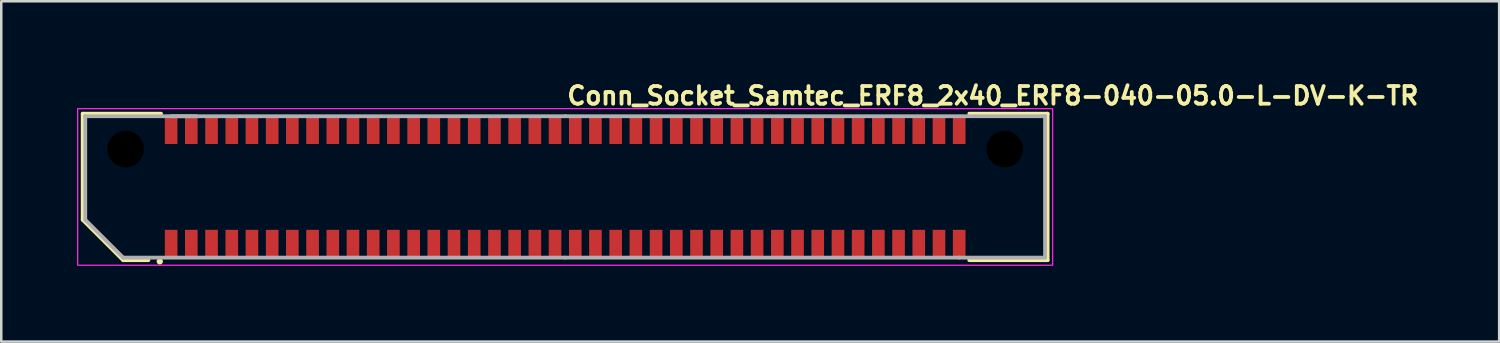
<source format=kicad_pcb>
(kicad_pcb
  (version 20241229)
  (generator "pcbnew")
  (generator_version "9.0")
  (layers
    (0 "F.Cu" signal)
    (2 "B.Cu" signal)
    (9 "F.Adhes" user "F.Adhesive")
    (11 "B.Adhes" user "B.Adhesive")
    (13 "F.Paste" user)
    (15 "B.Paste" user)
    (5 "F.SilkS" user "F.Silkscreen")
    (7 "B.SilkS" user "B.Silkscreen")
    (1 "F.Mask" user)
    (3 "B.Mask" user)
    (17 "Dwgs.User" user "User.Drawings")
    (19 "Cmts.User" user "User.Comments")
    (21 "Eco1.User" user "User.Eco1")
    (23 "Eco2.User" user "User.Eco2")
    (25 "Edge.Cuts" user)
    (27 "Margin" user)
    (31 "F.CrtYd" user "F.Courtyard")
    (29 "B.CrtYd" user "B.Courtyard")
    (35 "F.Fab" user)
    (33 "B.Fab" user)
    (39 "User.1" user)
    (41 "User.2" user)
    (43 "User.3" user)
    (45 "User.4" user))
  (footprint "Conn_Socket_Samtec_ERF8_2x40_ERF8-040-05.0-L-DV-K-TR"
    (layer "F.Cu")
    (at 19.325 4.35)
    (property "Reference" "Conn_Socket_Samtec_ERF8_2x40_ERF8-040-05.0-L-DV-K-TR" (at 0 -3.2 180) (layer "F.SilkS") (effects (font (size 0.7 0.7) (thickness 0.15)) (justify left bottom)))
    (attr smd)
    (fp_line (start -19.101 -2.899) (end -19.101 1.301) (stroke (width 0.15) (type solid)) (layer "F.SilkS"))
    (fp_line (start -19.101 1.301) (end -17.499 2.9) (stroke (width 0.15) (type solid)) (layer "F.SilkS"))
    (fp_line (start -17.499 2.9) (end -16.5 2.9) (stroke (width 0.15) (type solid)) (layer "F.SilkS"))
    (fp_line (start -16 -2.9) (end -19.101 -2.899) (stroke (width 0.15) (type solid)) (layer "F.SilkS"))
    (fp_line (start 16 -2.9) (end 19.1 -2.899) (stroke (width 0.15) (type solid)) (layer "F.SilkS"))
    (fp_line (start 19.1 -2.899) (end 19.1 2.9) (stroke (width 0.15) (type solid)) (layer "F.SilkS"))
    (fp_line (start 19.1 2.9) (end 16 2.9) (stroke (width 0.15) (type solid)) (layer "F.SilkS"))
    (fp_circle (center -16.05 2.95) (end -16.1 2.95) (stroke (width 0.15) (type solid)) (fill yes) (layer "F.SilkS"))
    (fp_rect (start 19.3 3.1) (end -19.3 -3.1) (stroke (width 0.05) (type solid)) (fill no) (layer "F.CrtYd"))
    (fp_line (start -18.999 -2.799) (end -18.999 1.301) (stroke (width 0.15) (type solid)) (layer "F.Fab"))
    (fp_line (start -18.999 1.301) (end -17.499 2.799) (stroke (width 0.15) (type solid)) (layer "F.Fab"))
    (fp_line (start -17.499 2.799) (end 0 2.799) (stroke (width 0.15) (type solid)) (layer "F.Fab"))
    (fp_line (start -14.599 -2.799) (end -18.999 -2.799) (stroke (width 0.15) (type solid)) (layer "F.Fab"))
    (fp_line (start 0 -2.799) (end -15.599 -2.799) (stroke (width 0.15) (type solid)) (layer "F.Fab"))
    (fp_line (start 0 2.799) (end 15.599 2.799) (stroke (width 0.15) (type solid)) (layer "F.Fab"))
    (fp_line (start 15.599 2.799) (end 18.999 2.799) (stroke (width 0.15) (type solid)) (layer "F.Fab"))
    (fp_line (start 18.999 -2.799) (end 0 -2.799) (stroke (width 0.15) (type solid)) (layer "F.Fab"))
    (fp_line (start 18.999 2.799) (end 18.999 -2.799) (stroke (width 0.15) (type solid)) (layer "F.Fab"))
    (fp_rect (start -19 -2.8) (end 19 2.8) (stroke (width 0.15) (type solid)) (fill no) (layer "User.5"))
    (fp_line (start -19 -2.8) (end -19 -2.701) (stroke (width 0.01) (type solid)) (layer "User.9"))
    (fp_line (start -19 -2.701) (end -19 1.249) (stroke (width 0.01) (type solid)) (layer "User.9"))
    (fp_line (start -19 1.249) (end -17.55 2.7) (stroke (width 0.01) (type solid)) (layer "User.9"))
    (fp_line (start -18.449 -1.969) (end -18.16 -1.68) (stroke (width 0.01) (type solid)) (layer "User.9"))
    (fp_line (start -18.449 -1.969) (end -15.83 -1.969) (stroke (width 0.01) (type solid)) (layer "User.9"))
    (fp_line (start -18.449 0.799) (end -18.449 -1.969) (stroke (width 0.01) (type solid)) (layer "User.9"))
    (fp_line (start -18.449 0.799) (end -18.16 0.68) (stroke (width 0.01) (type solid)) (layer "User.9"))
    (fp_line (start -18.16 -1.68) (end -18.16 0.68) (stroke (width 0.01) (type solid)) (layer "User.9"))
    (fp_line (start -18.16 0.68) (end -17.16 1.68) (stroke (width 0.01) (type solid)) (layer "User.9"))
    (fp_line (start -17.55 2.7) (end -17.451 2.799) (stroke (width 0.01) (type solid)) (layer "User.9"))
    (fp_line (start -17.55 2.7) (end -17 2.7) (stroke (width 0.01) (type solid)) (layer "User.9"))
    (fp_line (start -17.451 2.799) (end 18.999 2.799) (stroke (width 0.01) (type solid)) (layer "User.9"))
    (fp_line (start -17.28 1.968) (end -18.449 0.799) (stroke (width 0.01) (type solid)) (layer "User.9"))
    (fp_line (start -17.28 1.968) (end -17.16 1.68) (stroke (width 0.01) (type solid)) (layer "User.9"))
    (fp_line (start -17.16 1.68) (end -15.83 1.68) (stroke (width 0.01) (type solid)) (layer "User.9"))
    (fp_line (start -17 2.6) (end -17 2.7) (stroke (width 0.01) (type solid)) (layer "User.9"))
    (fp_line (start -17 2.7) (end -16.4 2.7) (stroke (width 0.01) (type solid)) (layer "User.9"))
    (fp_line (start -16.4 2.6) (end -16.4 2.7) (stroke (width 0.01) (type solid)) (layer "User.9"))
    (fp_line (start -16.4 2.7) (end -15.801 2.7) (stroke (width 0.01) (type solid)) (layer "User.9"))
    (fp_line (start -16.06 -1.68) (end -16.06 -1) (stroke (width 0.01) (type solid)) (layer "User.9"))
    (fp_line (start -16.06 0.999) (end -16.06 -1) (stroke (width 0.01) (type solid)) (layer "User.9"))
    (fp_line (start -16.06 0.999) (end -16.06 1.68) (stroke (width 0.01) (type solid)) (layer "User.9"))
    (fp_line (start -15.841 0.999) (end -15.841 -1) (stroke (width 0.01) (type solid)) (layer "User.9"))
    (fp_line (start -15.83 -2.43) (end -15.83 -1.969) (stroke (width 0.01) (type solid)) (layer "User.9"))
    (fp_line (start -15.83 -1.969) (end -15.83 -1.68) (stroke (width 0.01) (type solid)) (layer "User.9"))
    (fp_line (start -15.83 -1.68) (end -18.16 -1.68) (stroke (width 0.01) (type solid)) (layer "User.9"))
    (fp_line (start -15.83 1.68) (end -15.83 1.968) (stroke (width 0.01) (type solid)) (layer "User.9"))
    (fp_line (start -15.83 1.968) (end -17.28 1.968) (stroke (width 0.01) (type solid)) (layer "User.9"))
    (fp_line (start -15.83 1.968) (end -15.83 2.429) (stroke (width 0.01) (type solid)) (layer "User.9"))
    (fp_line (start -15.83 2.429) (end -15.37 2.429) (stroke (width 0.01) (type solid)) (layer "User.9"))
    (fp_line (start -15.801 2.6) (end -17 2.6) (stroke (width 0.01) (type solid)) (layer "User.9"))
    (fp_line (start -15.801 2.6) (end -15.801 2.7) (stroke (width 0.01) (type solid)) (layer "User.9"))
    (fp_line (start -15.801 2.7) (end 18.999 2.7) (stroke (width 0.01) (type solid)) (layer "User.9"))
    (fp_line (start -15.461 -1) (end -16.06 -1) (stroke (width 0.01) (type solid)) (layer "User.9"))
    (fp_line (start -15.461 0.999) (end -16.06 0.999) (stroke (width 0.01) (type solid)) (layer "User.9"))
    (fp_line (start -15.461 0.999) (end -15.461 -1) (stroke (width 0.01) (type solid)) (layer "User.9"))
    (fp_line (start -15.37 -2.43) (end -15.83 -2.43) (stroke (width 0.01) (type solid)) (layer "User.9"))
    (fp_line (start -15.37 -1.969) (end -15.37 -2.43) (stroke (width 0.01) (type solid)) (layer "User.9"))
    (fp_line (start -15.37 -1.969) (end -15.03 -1.969) (stroke (width 0.01) (type solid)) (layer "User.9"))
    (fp_line (start -15.37 -1.68) (end -15.37 -1.969) (stroke (width 0.01) (type solid)) (layer "User.9"))
    (fp_line (start -15.37 1.68) (end -15.03 1.68) (stroke (width 0.01) (type solid)) (layer "User.9"))
    (fp_line (start -15.37 1.968) (end -15.37 1.68) (stroke (width 0.01) (type solid)) (layer "User.9"))
    (fp_line (start -15.37 2.429) (end -15.37 1.968) (stroke (width 0.01) (type solid)) (layer "User.9"))
    (fp_line (start -15.03 -2.43) (end -15.03 -1.969) (stroke (width 0.01) (type solid)) (layer "User.9"))
    (fp_line (start -15.03 -1.969) (end -15.03 -1.68) (stroke (width 0.01) (type solid)) (layer "User.9"))
    (fp_line (start -15.03 -1.68) (end -15.37 -1.68) (stroke (width 0.01) (type solid)) (layer "User.9"))
    (fp_line (start -15.03 1.68) (end -15.03 1.969) (stroke (width 0.01) (type solid)) (layer "User.9"))
    (fp_line (start -15.03 1.969) (end -15.37 1.969) (stroke (width 0.01) (type solid)) (layer "User.9"))
    (fp_line (start -15.03 1.969) (end -15.03 2.43) (stroke (width 0.01) (type solid)) (layer "User.9"))
    (fp_line (start -15.03 2.43) (end -14.57 2.43) (stroke (width 0.01) (type solid)) (layer "User.9"))
    (fp_line (start -14.57 -2.43) (end -15.03 -2.43) (stroke (width 0.01) (type solid)) (layer "User.9"))
    (fp_line (start -14.57 -1.969) (end -14.57 -2.43) (stroke (width 0.01) (type solid)) (layer "User.9"))
    (fp_line (start -14.57 -1.969) (end -14.231 -1.969) (stroke (width 0.01) (type solid)) (layer "User.9"))
    (fp_line (start -14.57 -1.68) (end -14.57 -1.969) (stroke (width 0.01) (type solid)) (layer "User.9"))
    (fp_line (start -14.57 1.68) (end -14.231 1.68) (stroke (width 0.01) (type solid)) (layer "User.9"))
    (fp_line (start -14.57 1.969) (end -14.57 1.68) (stroke (width 0.01) (type solid)) (layer "User.9"))
    (fp_line (start -14.57 2.43) (end -14.57 1.969) (stroke (width 0.01) (type solid)) (layer "User.9"))
    (fp_line (start -14.231 -2.43) (end -14.231 -1.969) (stroke (width 0.01) (type solid)) (layer "User.9"))
    (fp_line (start -14.231 -1.969) (end -14.231 -1.68) (stroke (width 0.01) (type solid)) (layer "User.9"))
    (fp_line (start -14.231 -1.68) (end -14.57 -1.68) (stroke (width 0.01) (type solid)) (layer "User.9"))
    (fp_line (start -14.231 1.68) (end -14.231 1.969) (stroke (width 0.01) (type solid)) (layer "User.9"))
    (fp_line (start -14.231 1.969) (end -14.57 1.969) (stroke (width 0.01) (type solid)) (layer "User.9"))
    (fp_line (start -14.231 1.969) (end -14.231 2.43) (stroke (width 0.01) (type solid)) (layer "User.9"))
    (fp_line (start -14.231 2.43) (end -13.77 2.43) (stroke (width 0.01) (type solid)) (layer "User.9"))
    (fp_line (start -13.77 -2.43) (end -14.231 -2.43) (stroke (width 0.01) (type solid)) (layer "User.9"))
    (fp_line (start -13.77 -1.969) (end -13.77 -2.43) (stroke (width 0.01) (type solid)) (layer "User.9"))
    (fp_line (start -13.77 -1.969) (end -13.43 -1.969) (stroke (width 0.01) (type solid)) (layer "User.9"))
    (fp_line (start -13.77 -1.68) (end -13.77 -1.969) (stroke (width 0.01) (type solid)) (layer "User.9"))
    (fp_line (start -13.77 1.68) (end -13.43 1.68) (stroke (width 0.01) (type solid)) (layer "User.9"))
    (fp_line (start -13.77 1.969) (end -13.77 1.68) (stroke (width 0.01) (type solid)) (layer "User.9"))
    (fp_line (start -13.77 2.43) (end -13.77 1.969) (stroke (width 0.01) (type solid)) (layer "User.9"))
    (fp_line (start -13.43 -2.43) (end -13.43 -1.969) (stroke (width 0.01) (type solid)) (layer "User.9"))
    (fp_line (start -13.43 -1.969) (end -13.43 -1.68) (stroke (width 0.01) (type solid)) (layer "User.9"))
    (fp_line (start -13.43 -1.68) (end -13.77 -1.68) (stroke (width 0.01) (type solid)) (layer "User.9"))
    (fp_line (start -13.43 1.68) (end -13.43 1.969) (stroke (width 0.01) (type solid)) (layer "User.9"))
    (fp_line (start -13.43 1.969) (end -13.77 1.969) (stroke (width 0.01) (type solid)) (layer "User.9"))
    (fp_line (start -13.43 1.969) (end -13.43 2.43) (stroke (width 0.01) (type solid)) (layer "User.9"))
    (fp_line (start -13.43 2.43) (end -12.971 2.43) (stroke (width 0.01) (type solid)) (layer "User.9"))
    (fp_line (start -12.971 -2.43) (end -13.43 -2.43) (stroke (width 0.01) (type solid)) (layer "User.9"))
    (fp_line (start -12.971 -1.969) (end -12.971 -2.43) (stroke (width 0.01) (type solid)) (layer "User.9"))
    (fp_line (start -12.971 -1.969) (end -12.631 -1.969) (stroke (width 0.01) (type solid)) (layer "User.9"))
    (fp_line (start -12.971 -1.68) (end -12.971 -1.969) (stroke (width 0.01) (type solid)) (layer "User.9"))
    (fp_line (start -12.971 1.68) (end -12.631 1.68) (stroke (width 0.01) (type solid)) (layer "User.9"))
    (fp_line (start -12.971 1.969) (end -12.971 1.68) (stroke (width 0.01) (type solid)) (layer "User.9"))
    (fp_line (start -12.971 2.43) (end -12.971 1.969) (stroke (width 0.01) (type solid)) (layer "User.9"))
    (fp_line (start -12.631 -2.43) (end -12.631 -1.969) (stroke (width 0.01) (type solid)) (layer "User.9"))
    (fp_line (start -12.631 -1.969) (end -12.631 -1.68) (stroke (width 0.01) (type solid)) (layer "User.9"))
    (fp_line (start -12.631 -1.68) (end -12.971 -1.68) (stroke (width 0.01) (type solid)) (layer "User.9"))
    (fp_line (start -12.631 1.68) (end -12.631 1.969) (stroke (width 0.01) (type solid)) (layer "User.9"))
    (fp_line (start -12.631 1.969) (end -12.971 1.969) (stroke (width 0.01) (type solid)) (layer "User.9"))
    (fp_line (start -12.631 1.969) (end -12.631 2.43) (stroke (width 0.01) (type solid)) (layer "User.9"))
    (fp_line (start -12.631 2.43) (end -12.17 2.43) (stroke (width 0.01) (type solid)) (layer "User.9"))
    (fp_line (start -12.17 -2.43) (end -12.631 -2.43) (stroke (width 0.01) (type solid)) (layer "User.9"))
    (fp_line (start -12.17 -1.969) (end -12.17 -2.43) (stroke (width 0.01) (type solid)) (layer "User.9"))
    (fp_line (start -12.17 -1.969) (end -11.83 -1.969) (stroke (width 0.01) (type solid)) (layer "User.9"))
    (fp_line (start -12.17 -1.68) (end -12.17 -1.969) (stroke (width 0.01) (type solid)) (layer "User.9"))
    (fp_line (start -12.17 1.68) (end -11.83 1.68) (stroke (width 0.01) (type solid)) (layer "User.9"))
    (fp_line (start -12.17 1.969) (end -12.17 1.68) (stroke (width 0.01) (type solid)) (layer "User.9"))
    (fp_line (start -12.17 2.43) (end -12.17 1.969) (stroke (width 0.01) (type solid)) (layer "User.9"))
    (fp_line (start -11.83 -2.43) (end -11.83 -1.969) (stroke (width 0.01) (type solid)) (layer "User.9"))
    (fp_line (start -11.83 -1.969) (end -11.83 -1.68) (stroke (width 0.01) (type solid)) (layer "User.9"))
    (fp_line (start -11.83 -1.68) (end -12.17 -1.68) (stroke (width 0.01) (type solid)) (layer "User.9"))
    (fp_line (start -11.83 1.68) (end -11.83 1.969) (stroke (width 0.01) (type solid)) (layer "User.9"))
    (fp_line (start -11.83 1.969) (end -12.17 1.969) (stroke (width 0.01) (type solid)) (layer "User.9"))
    (fp_line (start -11.83 1.969) (end -11.83 2.43) (stroke (width 0.01) (type solid)) (layer "User.9"))
    (fp_line (start -11.83 2.43) (end -11.37 2.43) (stroke (width 0.01) (type solid)) (layer "User.9"))
    (fp_line (start -11.37 -2.43) (end -11.83 -2.43) (stroke (width 0.01) (type solid)) (layer "User.9"))
    (fp_line (start -11.37 -1.969) (end -11.37 -2.43) (stroke (width 0.01) (type solid)) (layer "User.9"))
    (fp_line (start -11.37 -1.969) (end -11.03 -1.969) (stroke (width 0.01) (type solid)) (layer "User.9"))
    (fp_line (start -11.37 -1.68) (end -11.37 -1.969) (stroke (width 0.01) (type solid)) (layer "User.9"))
    (fp_line (start -11.37 1.68) (end -11.03 1.68) (stroke (width 0.01) (type solid)) (layer "User.9"))
    (fp_line (start -11.37 1.969) (end -11.37 1.68) (stroke (width 0.01) (type solid)) (layer "User.9"))
    (fp_line (start -11.37 2.43) (end -11.37 1.969) (stroke (width 0.01) (type solid)) (layer "User.9"))
    (fp_line (start -11.03 -2.43) (end -11.03 -1.969) (stroke (width 0.01) (type solid)) (layer "User.9"))
    (fp_line (start -11.03 -1.969) (end -11.03 -1.68) (stroke (width 0.01) (type solid)) (layer "User.9"))
    (fp_line (start -11.03 -1.68) (end -11.37 -1.68) (stroke (width 0.01) (type solid)) (layer "User.9"))
    (fp_line (start -11.03 1.68) (end -11.03 1.969) (stroke (width 0.01) (type solid)) (layer "User.9"))
    (fp_line (start -11.03 1.969) (end -11.37 1.969) (stroke (width 0.01) (type solid)) (layer "User.9"))
    (fp_line (start -11.03 1.969) (end -11.03 2.43) (stroke (width 0.01) (type solid)) (layer "User.9"))
    (fp_line (start -11.03 2.43) (end -10.571 2.43) (stroke (width 0.01) (type solid)) (layer "User.9"))
    (fp_line (start -10.571 -2.43) (end -11.03 -2.43) (stroke (width 0.01) (type solid)) (layer "User.9"))
    (fp_line (start -10.571 -1.969) (end -10.571 -2.43) (stroke (width 0.01) (type solid)) (layer "User.9"))
    (fp_line (start -10.571 -1.969) (end -10.231 -1.969) (stroke (width 0.01) (type solid)) (layer "User.9"))
    (fp_line (start -10.571 -1.68) (end -10.571 -1.969) (stroke (width 0.01) (type solid)) (layer "User.9"))
    (fp_line (start -10.571 1.68) (end -10.231 1.68) (stroke (width 0.01) (type solid)) (layer "User.9"))
    (fp_line (start -10.571 1.969) (end -10.571 1.68) (stroke (width 0.01) (type solid)) (layer "User.9"))
    (fp_line (start -10.571 2.43) (end -10.571 1.969) (stroke (width 0.01) (type solid)) (layer "User.9"))
    (fp_line (start -10.231 -2.43) (end -10.231 -1.969) (stroke (width 0.01) (type solid)) (layer "User.9"))
    (fp_line (start -10.231 -1.969) (end -10.231 -1.68) (stroke (width 0.01) (type solid)) (layer "User.9"))
    (fp_line (start -10.231 -1.68) (end -10.571 -1.68) (stroke (width 0.01) (type solid)) (layer "User.9"))
    (fp_line (start -10.231 1.68) (end -10.231 1.969) (stroke (width 0.01) (type solid)) (layer "User.9"))
    (fp_line (start -10.231 1.969) (end -10.571 1.969) (stroke (width 0.01) (type solid)) (layer "User.9"))
    (fp_line (start -10.231 1.969) (end -10.231 2.43) (stroke (width 0.01) (type solid)) (layer "User.9"))
    (fp_line (start -10.231 2.43) (end -9.77 2.43) (stroke (width 0.01) (type solid)) (layer "User.9"))
    (fp_line (start -9.77 -2.43) (end -10.231 -2.43) (stroke (width 0.01) (type solid)) (layer "User.9"))
    (fp_line (start -9.77 -1.969) (end -9.77 -2.43) (stroke (width 0.01) (type solid)) (layer "User.9"))
    (fp_line (start -9.77 -1.969) (end -9.43 -1.969) (stroke (width 0.01) (type solid)) (layer "User.9"))
    (fp_line (start -9.77 -1.68) (end -9.77 -1.969) (stroke (width 0.01) (type solid)) (layer "User.9"))
    (fp_line (start -9.77 1.68) (end -9.43 1.68) (stroke (width 0.01) (type solid)) (layer "User.9"))
    (fp_line (start -9.77 1.969) (end -9.77 1.68) (stroke (width 0.01) (type solid)) (layer "User.9"))
    (fp_line (start -9.77 2.43) (end -9.77 1.969) (stroke (width 0.01) (type solid)) (layer "User.9"))
    (fp_line (start -9.43 -2.43) (end -9.43 -1.969) (stroke (width 0.01) (type solid)) (layer "User.9"))
    (fp_line (start -9.43 -1.969) (end -9.43 -1.68) (stroke (width 0.01) (type solid)) (layer "User.9"))
    (fp_line (start -9.43 -1.68) (end -9.77 -1.68) (stroke (width 0.01) (type solid)) (layer "User.9"))
    (fp_line (start -9.43 1.68) (end -9.43 1.969) (stroke (width 0.01) (type solid)) (layer "User.9"))
    (fp_line (start -9.43 1.969) (end -9.77 1.969) (stroke (width 0.01) (type solid)) (layer "User.9"))
    (fp_line (start -9.43 1.969) (end -9.43 2.43) (stroke (width 0.01) (type solid)) (layer "User.9"))
    (fp_line (start -9.43 2.43) (end -8.971 2.43) (stroke (width 0.01) (type solid)) (layer "User.9"))
    (fp_line (start -8.971 -2.43) (end -9.43 -2.43) (stroke (width 0.01) (type solid)) (layer "User.9"))
    (fp_line (start -8.971 -1.969) (end -8.971 -2.43) (stroke (width 0.01) (type solid)) (layer "User.9"))
    (fp_line (start -8.971 -1.969) (end -8.631 -1.969) (stroke (width 0.01) (type solid)) (layer "User.9"))
    (fp_line (start -8.971 -1.68) (end -8.971 -1.969) (stroke (width 0.01) (type solid)) (layer "User.9"))
    (fp_line (start -8.971 1.68) (end -8.631 1.68) (stroke (width 0.01) (type solid)) (layer "User.9"))
    (fp_line (start -8.971 1.969) (end -8.971 1.68) (stroke (width 0.01) (type solid)) (layer "User.9"))
    (fp_line (start -8.971 2.43) (end -8.971 1.969) (stroke (width 0.01) (type solid)) (layer "User.9"))
    (fp_line (start -8.631 -2.43) (end -8.631 -1.969) (stroke (width 0.01) (type solid)) (layer "User.9"))
    (fp_line (start -8.631 -1.969) (end -8.631 -1.68) (stroke (width 0.01) (type solid)) (layer "User.9"))
    (fp_line (start -8.631 -1.68) (end -8.971 -1.68) (stroke (width 0.01) (type solid)) (layer "User.9"))
    (fp_line (start -8.631 1.68) (end -8.631 1.969) (stroke (width 0.01) (type solid)) (layer "User.9"))
    (fp_line (start -8.631 1.969) (end -8.971 1.969) (stroke (width 0.01) (type solid)) (layer "User.9"))
    (fp_line (start -8.631 1.969) (end -8.631 2.43) (stroke (width 0.01) (type solid)) (layer "User.9"))
    (fp_line (start -8.631 2.43) (end -8.17 2.43) (stroke (width 0.01) (type solid)) (layer "User.9"))
    (fp_line (start -8.17 -2.43) (end -8.631 -2.43) (stroke (width 0.01) (type solid)) (layer "User.9"))
    (fp_line (start -8.17 -1.969) (end -8.17 -2.43) (stroke (width 0.01) (type solid)) (layer "User.9"))
    (fp_line (start -8.17 -1.969) (end -7.83 -1.969) (stroke (width 0.01) (type solid)) (layer "User.9"))
    (fp_line (start -8.17 -1.68) (end -8.17 -1.969) (stroke (width 0.01) (type solid)) (layer "User.9"))
    (fp_line (start -8.17 1.68) (end -7.83 1.68) (stroke (width 0.01) (type solid)) (layer "User.9"))
    (fp_line (start -8.17 1.969) (end -8.17 1.68) (stroke (width 0.01) (type solid)) (layer "User.9"))
    (fp_line (start -8.17 2.43) (end -8.17 1.969) (stroke (width 0.01) (type solid)) (layer "User.9"))
    (fp_line (start -7.83 -2.43) (end -7.83 -1.969) (stroke (width 0.01) (type solid)) (layer "User.9"))
    (fp_line (start -7.83 -1.969) (end -7.83 -1.68) (stroke (width 0.01) (type solid)) (layer "User.9"))
    (fp_line (start -7.83 -1.68) (end -8.17 -1.68) (stroke (width 0.01) (type solid)) (layer "User.9"))
    (fp_line (start -7.83 1.68) (end -7.83 1.969) (stroke (width 0.01) (type solid)) (layer "User.9"))
    (fp_line (start -7.83 1.969) (end -8.17 1.969) (stroke (width 0.01) (type solid)) (layer "User.9"))
    (fp_line (start -7.83 1.969) (end -7.83 2.43) (stroke (width 0.01) (type solid)) (layer "User.9"))
    (fp_line (start -7.83 2.43) (end -7.37 2.43) (stroke (width 0.01) (type solid)) (layer "User.9"))
    (fp_line (start -7.37 -2.43) (end -7.83 -2.43) (stroke (width 0.01) (type solid)) (layer "User.9"))
    (fp_line (start -7.37 -1.969) (end -7.37 -2.43) (stroke (width 0.01) (type solid)) (layer "User.9"))
    (fp_line (start -7.37 -1.969) (end -7.031 -1.969) (stroke (width 0.01) (type solid)) (layer "User.9"))
    (fp_line (start -7.37 -1.68) (end -7.37 -1.969) (stroke (width 0.01) (type solid)) (layer "User.9"))
    (fp_line (start -7.37 1.68) (end -7.031 1.68) (stroke (width 0.01) (type solid)) (layer "User.9"))
    (fp_line (start -7.37 1.969) (end -7.37 1.68) (stroke (width 0.01) (type solid)) (layer "User.9"))
    (fp_line (start -7.37 2.43) (end -7.37 1.969) (stroke (width 0.01) (type solid)) (layer "User.9"))
    (fp_line (start -7.031 -2.43) (end -7.031 -1.969) (stroke (width 0.01) (type solid)) (layer "User.9"))
    (fp_line (start -7.031 -1.969) (end -7.031 -1.68) (stroke (width 0.01) (type solid)) (layer "User.9"))
    (fp_line (start -7.031 -1.68) (end -7.37 -1.68) (stroke (width 0.01) (type solid)) (layer "User.9"))
    (fp_line (start -7.031 1.68) (end -7.031 1.969) (stroke (width 0.01) (type solid)) (layer "User.9"))
    (fp_line (start -7.031 1.969) (end -7.37 1.969) (stroke (width 0.01) (type solid)) (layer "User.9"))
    (fp_line (start -7.031 1.969) (end -7.031 2.43) (stroke (width 0.01) (type solid)) (layer "User.9"))
    (fp_line (start -7.031 2.43) (end -6.571 2.43) (stroke (width 0.01) (type solid)) (layer "User.9"))
    (fp_line (start -6.571 -2.43) (end -7.031 -2.43) (stroke (width 0.01) (type solid)) (layer "User.9"))
    (fp_line (start -6.571 -1.969) (end -6.571 -2.43) (stroke (width 0.01) (type solid)) (layer "User.9"))
    (fp_line (start -6.571 -1.969) (end -6.231 -1.969) (stroke (width 0.01) (type solid)) (layer "User.9"))
    (fp_line (start -6.571 -1.68) (end -6.571 -1.969) (stroke (width 0.01) (type solid)) (layer "User.9"))
    (fp_line (start -6.571 1.68) (end -6.231 1.68) (stroke (width 0.01) (type solid)) (layer "User.9"))
    (fp_line (start -6.571 1.969) (end -6.571 1.68) (stroke (width 0.01) (type solid)) (layer "User.9"))
    (fp_line (start -6.571 2.43) (end -6.571 1.969) (stroke (width 0.01) (type solid)) (layer "User.9"))
    (fp_line (start -6.231 -2.43) (end -6.231 -1.969) (stroke (width 0.01) (type solid)) (layer "User.9"))
    (fp_line (start -6.231 -1.969) (end -6.231 -1.68) (stroke (width 0.01) (type solid)) (layer "User.9"))
    (fp_line (start -6.231 -1.68) (end -6.571 -1.68) (stroke (width 0.01) (type solid)) (layer "User.9"))
    (fp_line (start -6.231 1.68) (end -6.231 1.969) (stroke (width 0.01) (type solid)) (layer "User.9"))
    (fp_line (start -6.231 1.969) (end -6.571 1.969) (stroke (width 0.01) (type solid)) (layer "User.9"))
    (fp_line (start -6.231 1.969) (end -6.231 2.43) (stroke (width 0.01) (type solid)) (layer "User.9"))
    (fp_line (start -6.231 2.43) (end -5.77 2.43) (stroke (width 0.01) (type solid)) (layer "User.9"))
    (fp_line (start -5.77 -2.43) (end -6.231 -2.43) (stroke (width 0.01) (type solid)) (layer "User.9"))
    (fp_line (start -5.77 -1.969) (end -5.77 -2.43) (stroke (width 0.01) (type solid)) (layer "User.9"))
    (fp_line (start -5.77 -1.969) (end -5.43 -1.969) (stroke (width 0.01) (type solid)) (layer "User.9"))
    (fp_line (start -5.77 -1.68) (end -5.77 -1.969) (stroke (width 0.01) (type solid)) (layer "User.9"))
    (fp_line (start -5.77 1.68) (end -5.43 1.68) (stroke (width 0.01) (type solid)) (layer "User.9"))
    (fp_line (start -5.77 1.969) (end -5.77 1.68) (stroke (width 0.01) (type solid)) (layer "User.9"))
    (fp_line (start -5.77 2.43) (end -5.77 1.969) (stroke (width 0.01) (type solid)) (layer "User.9"))
    (fp_line (start -5.43 -2.43) (end -5.43 -1.969) (stroke (width 0.01) (type solid)) (layer "User.9"))
    (fp_line (start -5.43 -1.969) (end -5.43 -1.68) (stroke (width 0.01) (type solid)) (layer "User.9"))
    (fp_line (start -5.43 -1.68) (end -5.77 -1.68) (stroke (width 0.01) (type solid)) (layer "User.9"))
    (fp_line (start -5.43 1.68) (end -5.43 1.969) (stroke (width 0.01) (type solid)) (layer "User.9"))
    (fp_line (start -5.43 1.969) (end -5.77 1.969) (stroke (width 0.01) (type solid)) (layer "User.9"))
    (fp_line (start -5.43 1.969) (end -5.43 2.43) (stroke (width 0.01) (type solid)) (layer "User.9"))
    (fp_line (start -5.43 2.43) (end -4.97 2.43) (stroke (width 0.01) (type solid)) (layer "User.9"))
    (fp_line (start -4.97 -2.43) (end -5.43 -2.43) (stroke (width 0.01) (type solid)) (layer "User.9"))
    (fp_line (start -4.97 -1.969) (end -4.97 -2.43) (stroke (width 0.01) (type solid)) (layer "User.9"))
    (fp_line (start -4.97 -1.969) (end -4.63 -1.969) (stroke (width 0.01) (type solid)) (layer "User.9"))
    (fp_line (start -4.97 -1.68) (end -4.97 -1.969) (stroke (width 0.01) (type solid)) (layer "User.9"))
    (fp_line (start -4.97 1.68) (end -4.63 1.68) (stroke (width 0.01) (type solid)) (layer "User.9"))
    (fp_line (start -4.97 1.969) (end -4.97 1.68) (stroke (width 0.01) (type solid)) (layer "User.9"))
    (fp_line (start -4.97 2.43) (end -4.97 1.969) (stroke (width 0.01) (type solid)) (layer "User.9"))
    (fp_line (start -4.63 -2.43) (end -4.63 -1.969) (stroke (width 0.01) (type solid)) (layer "User.9"))
    (fp_line (start -4.63 -1.969) (end -4.63 -1.68) (stroke (width 0.01) (type solid)) (layer "User.9"))
    (fp_line (start -4.63 -1.68) (end -4.97 -1.68) (stroke (width 0.01) (type solid)) (layer "User.9"))
    (fp_line (start -4.63 1.68) (end -4.63 1.969) (stroke (width 0.01) (type solid)) (layer "User.9"))
    (fp_line (start -4.63 1.969) (end -4.97 1.969) (stroke (width 0.01) (type solid)) (layer "User.9"))
    (fp_line (start -4.63 1.969) (end -4.63 2.43) (stroke (width 0.01) (type solid)) (layer "User.9"))
    (fp_line (start -4.63 2.43) (end -4.17 2.43) (stroke (width 0.01) (type solid)) (layer "User.9"))
    (fp_line (start -4.17 -2.43) (end -4.63 -2.43) (stroke (width 0.01) (type solid)) (layer "User.9"))
    (fp_line (start -4.17 -1.969) (end -4.17 -2.43) (stroke (width 0.01) (type solid)) (layer "User.9"))
    (fp_line (start -4.17 -1.969) (end -3.83 -1.969) (stroke (width 0.01) (type solid)) (layer "User.9"))
    (fp_line (start -4.17 -1.68) (end -4.17 -1.969) (stroke (width 0.01) (type solid)) (layer "User.9"))
    (fp_line (start -4.17 1.68) (end -3.83 1.68) (stroke (width 0.01) (type solid)) (layer "User.9"))
    (fp_line (start -4.17 1.969) (end -4.17 1.68) (stroke (width 0.01) (type solid)) (layer "User.9"))
    (fp_line (start -4.17 2.43) (end -4.17 1.969) (stroke (width 0.01) (type solid)) (layer "User.9"))
    (fp_line (start -3.83 -2.43) (end -3.83 -1.969) (stroke (width 0.01) (type solid)) (layer "User.9"))
    (fp_line (start -3.83 -1.969) (end -3.83 -1.68) (stroke (width 0.01) (type solid)) (layer "User.9"))
    (fp_line (start -3.83 -1.68) (end -4.17 -1.68) (stroke (width 0.01) (type solid)) (layer "User.9"))
    (fp_line (start -3.83 1.68) (end -3.83 1.969) (stroke (width 0.01) (type solid)) (layer "User.9"))
    (fp_line (start -3.83 1.969) (end -4.17 1.969) (stroke (width 0.01) (type solid)) (layer "User.9"))
    (fp_line (start -3.83 1.969) (end -3.83 2.43) (stroke (width 0.01) (type solid)) (layer "User.9"))
    (fp_line (start -3.83 2.43) (end -3.371 2.43) (stroke (width 0.01) (type solid)) (layer "User.9"))
    (fp_line (start -3.371 -2.43) (end -3.83 -2.43) (stroke (width 0.01) (type solid)) (layer "User.9"))
    (fp_line (start -3.371 -1.969) (end -3.371 -2.43) (stroke (width 0.01) (type solid)) (layer "User.9"))
    (fp_line (start -3.371 -1.969) (end -3.03 -1.969) (stroke (width 0.01) (type solid)) (layer "User.9"))
    (fp_line (start -3.371 -1.68) (end -3.371 -1.969) (stroke (width 0.01) (type solid)) (layer "User.9"))
    (fp_line (start -3.371 1.68) (end -3.03 1.68) (stroke (width 0.01) (type solid)) (layer "User.9"))
    (fp_line (start -3.371 1.969) (end -3.371 1.68) (stroke (width 0.01) (type solid)) (layer "User.9"))
    (fp_line (start -3.371 2.43) (end -3.371 1.969) (stroke (width 0.01) (type solid)) (layer "User.9"))
    (fp_line (start -3.03 -2.43) (end -3.03 -1.969) (stroke (width 0.01) (type solid)) (layer "User.9"))
    (fp_line (start -3.03 -1.969) (end -3.03 -1.68) (stroke (width 0.01) (type solid)) (layer "User.9"))
    (fp_line (start -3.03 -1.68) (end -3.371 -1.68) (stroke (width 0.01) (type solid)) (layer "User.9"))
    (fp_line (start -3.03 1.68) (end -3.03 1.969) (stroke (width 0.01) (type solid)) (layer "User.9"))
    (fp_line (start -3.03 1.969) (end -3.371 1.969) (stroke (width 0.01) (type solid)) (layer "User.9"))
    (fp_line (start -3.03 1.969) (end -3.03 2.43) (stroke (width 0.01) (type solid)) (layer "User.9"))
    (fp_line (start -3.03 2.43) (end -2.57 2.43) (stroke (width 0.01) (type solid)) (layer "User.9"))
    (fp_line (start -2.57 -2.43) (end -3.03 -2.43) (stroke (width 0.01) (type solid)) (layer "User.9"))
    (fp_line (start -2.57 -1.969) (end -2.57 -2.43) (stroke (width 0.01) (type solid)) (layer "User.9"))
    (fp_line (start -2.57 -1.969) (end -2.23 -1.969) (stroke (width 0.01) (type solid)) (layer "User.9"))
    (fp_line (start -2.57 -1.68) (end -2.57 -1.969) (stroke (width 0.01) (type solid)) (layer "User.9"))
    (fp_line (start -2.57 1.68) (end -2.23 1.68) (stroke (width 0.01) (type solid)) (layer "User.9"))
    (fp_line (start -2.57 1.969) (end -2.57 1.68) (stroke (width 0.01) (type solid)) (layer "User.9"))
    (fp_line (start -2.57 2.43) (end -2.57 1.969) (stroke (width 0.01) (type solid)) (layer "User.9"))
    (fp_line (start -2.23 -2.43) (end -2.23 -1.969) (stroke (width 0.01) (type solid)) (layer "User.9"))
    (fp_line (start -2.23 -1.969) (end -2.23 -1.68) (stroke (width 0.01) (type solid)) (layer "User.9"))
    (fp_line (start -2.23 -1.68) (end -2.57 -1.68) (stroke (width 0.01) (type solid)) (layer "User.9"))
    (fp_line (start -2.23 1.68) (end -2.23 1.969) (stroke (width 0.01) (type solid)) (layer "User.9"))
    (fp_line (start -2.23 1.969) (end -2.57 1.969) (stroke (width 0.01) (type solid)) (layer "User.9"))
    (fp_line (start -2.23 1.969) (end -2.23 2.43) (stroke (width 0.01) (type solid)) (layer "User.9"))
    (fp_line (start -2.23 2.43) (end -1.77 2.43) (stroke (width 0.01) (type solid)) (layer "User.9"))
    (fp_line (start -1.77 -2.43) (end -2.23 -2.43) (stroke (width 0.01) (type solid)) (layer "User.9"))
    (fp_line (start -1.77 -1.969) (end -1.77 -2.43) (stroke (width 0.01) (type solid)) (layer "User.9"))
    (fp_line (start -1.77 -1.969) (end -1.43 -1.969) (stroke (width 0.01) (type solid)) (layer "User.9"))
    (fp_line (start -1.77 -1.68) (end -1.77 -1.969) (stroke (width 0.01) (type solid)) (layer "User.9"))
    (fp_line (start -1.77 1.68) (end -1.43 1.68) (stroke (width 0.01) (type solid)) (layer "User.9"))
    (fp_line (start -1.77 1.969) (end -1.77 1.68) (stroke (width 0.01) (type solid)) (layer "User.9"))
    (fp_line (start -1.77 2.43) (end -1.77 1.969) (stroke (width 0.01) (type solid)) (layer "User.9"))
    (fp_line (start -1.43 -2.43) (end -1.43 -1.969) (stroke (width 0.01) (type solid)) (layer "User.9"))
    (fp_line (start -1.43 -1.969) (end -1.43 -1.68) (stroke (width 0.01) (type solid)) (layer "User.9"))
    (fp_line (start -1.43 -1.68) (end -1.77 -1.68) (stroke (width 0.01) (type solid)) (layer "User.9"))
    (fp_line (start -1.43 1.68) (end -1.43 1.969) (stroke (width 0.01) (type solid)) (layer "User.9"))
    (fp_line (start -1.43 1.969) (end -1.77 1.969) (stroke (width 0.01) (type solid)) (layer "User.9"))
    (fp_line (start -1.43 1.969) (end -1.43 2.43) (stroke (width 0.01) (type solid)) (layer "User.9"))
    (fp_line (start -1.43 2.43) (end -0.97 2.43) (stroke (width 0.01) (type solid)) (layer "User.9"))
    (fp_line (start -0.97 -2.43) (end -1.43 -2.43) (stroke (width 0.01) (type solid)) (layer "User.9"))
    (fp_line (start -0.97 -1.969) (end -0.97 -2.43) (stroke (width 0.01) (type solid)) (layer "User.9"))
    (fp_line (start -0.97 -1.969) (end -0.63 -1.969) (stroke (width 0.01) (type solid)) (layer "User.9"))
    (fp_line (start -0.97 -1.68) (end -0.97 -1.969) (stroke (width 0.01) (type solid)) (layer "User.9"))
    (fp_line (start -0.97 1.68) (end -0.63 1.68) (stroke (width 0.01) (type solid)) (layer "User.9"))
    (fp_line (start -0.97 1.969) (end -0.97 1.68) (stroke (width 0.01) (type solid)) (layer "User.9"))
    (fp_line (start -0.97 2.43) (end -0.97 1.969) (stroke (width 0.01) (type solid)) (layer "User.9"))
    (fp_line (start -0.63 -2.43) (end -0.63 -1.969) (stroke (width 0.01) (type solid)) (layer "User.9"))
    (fp_line (start -0.63 -1.969) (end -0.63 -1.68) (stroke (width 0.01) (type solid)) (layer "User.9"))
    (fp_line (start -0.63 -1.68) (end -0.97 -1.68) (stroke (width 0.01) (type solid)) (layer "User.9"))
    (fp_line (start -0.63 1.68) (end -0.63 1.969) (stroke (width 0.01) (type solid)) (layer "User.9"))
    (fp_line (start -0.63 1.969) (end -0.97 1.969) (stroke (width 0.01) (type solid)) (layer "User.9"))
    (fp_line (start -0.63 1.969) (end -0.63 2.43) (stroke (width 0.01) (type solid)) (layer "User.9"))
    (fp_line (start -0.63 2.43) (end -0.171 2.43) (stroke (width 0.01) (type solid)) (layer "User.9"))
    (fp_line (start -0.171 -2.43) (end -0.63 -2.43) (stroke (width 0.01) (type solid)) (layer "User.9"))
    (fp_line (start -0.171 -1.969) (end -0.171 -2.43) (stroke (width 0.01) (type solid)) (layer "User.9"))
    (fp_line (start -0.171 -1.969) (end 0.17 -1.969) (stroke (width 0.01) (type solid)) (layer "User.9"))
    (fp_line (start -0.171 -1.68) (end -0.171 -1.969) (stroke (width 0.01) (type solid)) (layer "User.9"))
    (fp_line (start -0.171 1.68) (end 0.17 1.68) (stroke (width 0.01) (type solid)) (layer "User.9"))
    (fp_line (start -0.171 1.969) (end -0.171 1.68) (stroke (width 0.01) (type solid)) (layer "User.9"))
    (fp_line (start -0.171 2.43) (end -0.171 1.969) (stroke (width 0.01) (type solid)) (layer "User.9"))
    (fp_line (start 0.17 -2.43) (end 0.17 -1.969) (stroke (width 0.01) (type solid)) (layer "User.9"))
    (fp_line (start 0.17 -1.969) (end 0.17 -1.68) (stroke (width 0.01) (type solid)) (layer "User.9"))
    (fp_line (start 0.17 -1.68) (end -0.171 -1.68) (stroke (width 0.01) (type solid)) (layer "User.9"))
    (fp_line (start 0.17 1.68) (end 0.17 1.969) (stroke (width 0.01) (type solid)) (layer "User.9"))
    (fp_line (start 0.17 1.969) (end -0.171 1.969) (stroke (width 0.01) (type solid)) (layer "User.9"))
    (fp_line (start 0.17 1.969) (end 0.17 2.43) (stroke (width 0.01) (type solid)) (layer "User.9"))
    (fp_line (start 0.17 2.43) (end 0.629 2.43) (stroke (width 0.01) (type solid)) (layer "User.9"))
    (fp_line (start 0.629 -2.43) (end 0.17 -2.43) (stroke (width 0.01) (type solid)) (layer "User.9"))
    (fp_line (start 0.629 -1.969) (end 0.629 -2.43) (stroke (width 0.01) (type solid)) (layer "User.9"))
    (fp_line (start 0.629 -1.969) (end 0.969 -1.969) (stroke (width 0.01) (type solid)) (layer "User.9"))
    (fp_line (start 0.629 -1.68) (end 0.629 -1.969) (stroke (width 0.01) (type solid)) (layer "User.9"))
    (fp_line (start 0.629 1.68) (end 0.969 1.68) (stroke (width 0.01) (type solid)) (layer "User.9"))
    (fp_line (start 0.629 1.969) (end 0.629 1.68) (stroke (width 0.01) (type solid)) (layer "User.9"))
    (fp_line (start 0.629 2.43) (end 0.629 1.969) (stroke (width 0.01) (type solid)) (layer "User.9"))
    (fp_line (start 0.969 -2.43) (end 0.969 -1.969) (stroke (width 0.01) (type solid)) (layer "User.9"))
    (fp_line (start 0.969 -1.969) (end 0.969 -1.68) (stroke (width 0.01) (type solid)) (layer "User.9"))
    (fp_line (start 0.969 -1.68) (end 0.629 -1.68) (stroke (width 0.01) (type solid)) (layer "User.9"))
    (fp_line (start 0.969 1.68) (end 0.969 1.969) (stroke (width 0.01) (type solid)) (layer "User.9"))
    (fp_line (start 0.969 1.969) (end 0.629 1.969) (stroke (width 0.01) (type solid)) (layer "User.9"))
    (fp_line (start 0.969 1.969) (end 0.969 2.43) (stroke (width 0.01) (type solid)) (layer "User.9"))
    (fp_line (start 0.969 2.43) (end 1.429 2.43) (stroke (width 0.01) (type solid)) (layer "User.9"))
    (fp_line (start 1.429 -2.43) (end 0.969 -2.43) (stroke (width 0.01) (type solid)) (layer "User.9"))
    (fp_line (start 1.429 -1.969) (end 1.429 -2.43) (stroke (width 0.01) (type solid)) (layer "User.9"))
    (fp_line (start 1.429 -1.969) (end 1.769 -1.969) (stroke (width 0.01) (type solid)) (layer "User.9"))
    (fp_line (start 1.429 -1.68) (end 1.429 -1.969) (stroke (width 0.01) (type solid)) (layer "User.9"))
    (fp_line (start 1.429 1.68) (end 1.769 1.68) (stroke (width 0.01) (type solid)) (layer "User.9"))
    (fp_line (start 1.429 1.969) (end 1.429 1.68) (stroke (width 0.01) (type solid)) (layer "User.9"))
    (fp_line (start 1.429 2.43) (end 1.429 1.969) (stroke (width 0.01) (type solid)) (layer "User.9"))
    (fp_line (start 1.769 -2.43) (end 1.769 -1.969) (stroke (width 0.01) (type solid)) (layer "User.9"))
    (fp_line (start 1.769 -1.969) (end 1.769 -1.68) (stroke (width 0.01) (type solid)) (layer "User.9"))
    (fp_line (start 1.769 -1.68) (end 1.429 -1.68) (stroke (width 0.01) (type solid)) (layer "User.9"))
    (fp_line (start 1.769 1.68) (end 1.769 1.969) (stroke (width 0.01) (type solid)) (layer "User.9"))
    (fp_line (start 1.769 1.969) (end 1.429 1.969) (stroke (width 0.01) (type solid)) (layer "User.9"))
    (fp_line (start 1.769 1.969) (end 1.769 2.43) (stroke (width 0.01) (type solid)) (layer "User.9"))
    (fp_line (start 1.769 2.43) (end 2.229 2.43) (stroke (width 0.01) (type solid)) (layer "User.9"))
    (fp_line (start 2.229 -2.43) (end 1.769 -2.43) (stroke (width 0.01) (type solid)) (layer "User.9"))
    (fp_line (start 2.229 -1.969) (end 2.229 -2.43) (stroke (width 0.01) (type solid)) (layer "User.9"))
    (fp_line (start 2.229 -1.969) (end 2.569 -1.969) (stroke (width 0.01) (type solid)) (layer "User.9"))
    (fp_line (start 2.229 -1.68) (end 2.229 -1.969) (stroke (width 0.01) (type solid)) (layer "User.9"))
    (fp_line (start 2.229 1.68) (end 2.569 1.68) (stroke (width 0.01) (type solid)) (layer "User.9"))
    (fp_line (start 2.229 1.969) (end 2.229 1.68) (stroke (width 0.01) (type solid)) (layer "User.9"))
    (fp_line (start 2.229 2.43) (end 2.229 1.969) (stroke (width 0.01) (type solid)) (layer "User.9"))
    (fp_line (start 2.569 -2.43) (end 2.569 -1.969) (stroke (width 0.01) (type solid)) (layer "User.9"))
    (fp_line (start 2.569 -1.969) (end 2.569 -1.68) (stroke (width 0.01) (type solid)) (layer "User.9"))
    (fp_line (start 2.569 -1.68) (end 2.229 -1.68) (stroke (width 0.01) (type solid)) (layer "User.9"))
    (fp_line (start 2.569 1.68) (end 2.569 1.969) (stroke (width 0.01) (type solid)) (layer "User.9"))
    (fp_line (start 2.569 1.969) (end 2.229 1.969) (stroke (width 0.01) (type solid)) (layer "User.9"))
    (fp_line (start 2.569 1.969) (end 2.569 2.43) (stroke (width 0.01) (type solid)) (layer "User.9"))
    (fp_line (start 2.569 2.43) (end 3.029 2.43) (stroke (width 0.01) (type solid)) (layer "User.9"))
    (fp_line (start 3.029 -2.43) (end 2.569 -2.43) (stroke (width 0.01) (type solid)) (layer "User.9"))
    (fp_line (start 3.029 -1.969) (end 3.029 -2.43) (stroke (width 0.01) (type solid)) (layer "User.9"))
    (fp_line (start 3.029 -1.969) (end 3.37 -1.969) (stroke (width 0.01) (type solid)) (layer "User.9"))
    (fp_line (start 3.029 -1.68) (end 3.029 -1.969) (stroke (width 0.01) (type solid)) (layer "User.9"))
    (fp_line (start 3.029 1.68) (end 3.37 1.68) (stroke (width 0.01) (type solid)) (layer "User.9"))
    (fp_line (start 3.029 1.969) (end 3.029 1.68) (stroke (width 0.01) (type solid)) (layer "User.9"))
    (fp_line (start 3.029 2.43) (end 3.029 1.969) (stroke (width 0.01) (type solid)) (layer "User.9"))
    (fp_line (start 3.37 -2.43) (end 3.37 -1.969) (stroke (width 0.01) (type solid)) (layer "User.9"))
    (fp_line (start 3.37 -1.969) (end 3.37 -1.68) (stroke (width 0.01) (type solid)) (layer "User.9"))
    (fp_line (start 3.37 -1.68) (end 3.029 -1.68) (stroke (width 0.01) (type solid)) (layer "User.9"))
    (fp_line (start 3.37 1.68) (end 3.37 1.969) (stroke (width 0.01) (type solid)) (layer "User.9"))
    (fp_line (start 3.37 1.969) (end 3.029 1.969) (stroke (width 0.01) (type solid)) (layer "User.9"))
    (fp_line (start 3.37 1.969) (end 3.37 2.43) (stroke (width 0.01) (type solid)) (layer "User.9"))
    (fp_line (start 3.37 2.43) (end 3.829 2.43) (stroke (width 0.01) (type solid)) (layer "User.9"))
    (fp_line (start 3.829 -2.43) (end 3.37 -2.43) (stroke (width 0.01) (type solid)) (layer "User.9"))
    (fp_line (start 3.829 -1.969) (end 3.829 -2.43) (stroke (width 0.01) (type solid)) (layer "User.9"))
    (fp_line (start 3.829 -1.969) (end 4.169 -1.969) (stroke (width 0.01) (type solid)) (layer "User.9"))
    (fp_line (start 3.829 -1.68) (end 3.829 -1.969) (stroke (width 0.01) (type solid)) (layer "User.9"))
    (fp_line (start 3.829 1.68) (end 4.169 1.68) (stroke (width 0.01) (type solid)) (layer "User.9"))
    (fp_line (start 3.829 1.969) (end 3.829 1.68) (stroke (width 0.01) (type solid)) (layer "User.9"))
    (fp_line (start 3.829 2.43) (end 3.829 1.969) (stroke (width 0.01) (type solid)) (layer "User.9"))
    (fp_line (start 4.169 -2.43) (end 4.169 -1.969) (stroke (width 0.01) (type solid)) (layer "User.9"))
    (fp_line (start 4.169 -1.969) (end 4.169 -1.68) (stroke (width 0.01) (type solid)) (layer "User.9"))
    (fp_line (start 4.169 -1.68) (end 3.829 -1.68) (stroke (width 0.01) (type solid)) (layer "User.9"))
    (fp_line (start 4.169 1.68) (end 4.169 1.969) (stroke (width 0.01) (type solid)) (layer "User.9"))
    (fp_line (start 4.169 1.969) (end 3.829 1.969) (stroke (width 0.01) (type solid)) (layer "User.9"))
    (fp_line (start 4.169 1.969) (end 4.169 2.43) (stroke (width 0.01) (type solid)) (layer "User.9"))
    (fp_line (start 4.169 2.43) (end 4.629 2.43) (stroke (width 0.01) (type solid)) (layer "User.9"))
    (fp_line (start 4.629 -2.43) (end 4.169 -2.43) (stroke (width 0.01) (type solid)) (layer "User.9"))
    (fp_line (start 4.629 -1.969) (end 4.629 -2.43) (stroke (width 0.01) (type solid)) (layer "User.9"))
    (fp_line (start 4.629 -1.969) (end 4.969 -1.969) (stroke (width 0.01) (type solid)) (layer "User.9"))
    (fp_line (start 4.629 -1.68) (end 4.629 -1.969) (stroke (width 0.01) (type solid)) (layer "User.9"))
    (fp_line (start 4.629 1.68) (end 4.969 1.68) (stroke (width 0.01) (type solid)) (layer "User.9"))
    (fp_line (start 4.629 1.969) (end 4.629 1.68) (stroke (width 0.01) (type solid)) (layer "User.9"))
    (fp_line (start 4.629 2.43) (end 4.629 1.969) (stroke (width 0.01) (type solid)) (layer "User.9"))
    (fp_line (start 4.969 -2.43) (end 4.969 -1.969) (stroke (width 0.01) (type solid)) (layer "User.9"))
    (fp_line (start 4.969 -1.969) (end 4.969 -1.68) (stroke (width 0.01) (type solid)) (layer "User.9"))
    (fp_line (start 4.969 -1.68) (end 4.629 -1.68) (stroke (width 0.01) (type solid)) (layer "User.9"))
    (fp_line (start 4.969 1.68) (end 4.969 1.969) (stroke (width 0.01) (type solid)) (layer "User.9"))
    (fp_line (start 4.969 1.969) (end 4.629 1.969) (stroke (width 0.01) (type solid)) (layer "User.9"))
    (fp_line (start 4.969 1.969) (end 4.969 2.43) (stroke (width 0.01) (type solid)) (layer "User.9"))
    (fp_line (start 4.969 2.43) (end 5.429 2.43) (stroke (width 0.01) (type solid)) (layer "User.9"))
    (fp_line (start 5.429 -2.43) (end 4.969 -2.43) (stroke (width 0.01) (type solid)) (layer "User.9"))
    (fp_line (start 5.429 -1.969) (end 5.429 -2.43) (stroke (width 0.01) (type solid)) (layer "User.9"))
    (fp_line (start 5.429 -1.969) (end 5.769 -1.969) (stroke (width 0.01) (type solid)) (layer "User.9"))
    (fp_line (start 5.429 -1.68) (end 5.429 -1.969) (stroke (width 0.01) (type solid)) (layer "User.9"))
    (fp_line (start 5.429 1.68) (end 5.769 1.68) (stroke (width 0.01) (type solid)) (layer "User.9"))
    (fp_line (start 5.429 1.969) (end 5.429 1.68) (stroke (width 0.01) (type solid)) (layer "User.9"))
    (fp_line (start 5.429 2.43) (end 5.429 1.969) (stroke (width 0.01) (type solid)) (layer "User.9"))
    (fp_line (start 5.769 -2.43) (end 5.769 -1.969) (stroke (width 0.01) (type solid)) (layer "User.9"))
    (fp_line (start 5.769 -1.969) (end 5.769 -1.68) (stroke (width 0.01) (type solid)) (layer "User.9"))
    (fp_line (start 5.769 -1.68) (end 5.429 -1.68) (stroke (width 0.01) (type solid)) (layer "User.9"))
    (fp_line (start 5.769 1.68) (end 5.769 1.969) (stroke (width 0.01) (type solid)) (layer "User.9"))
    (fp_line (start 5.769 1.969) (end 5.429 1.969) (stroke (width 0.01) (type solid)) (layer "User.9"))
    (fp_line (start 5.769 1.969) (end 5.769 2.43) (stroke (width 0.01) (type solid)) (layer "User.9"))
    (fp_line (start 5.769 2.43) (end 6.23 2.43) (stroke (width 0.01) (type solid)) (layer "User.9"))
    (fp_line (start 6.23 -2.43) (end 5.769 -2.43) (stroke (width 0.01) (type solid)) (layer "User.9"))
    (fp_line (start 6.23 -1.969) (end 6.23 -2.43) (stroke (width 0.01) (type solid)) (layer "User.9"))
    (fp_line (start 6.23 -1.969) (end 6.57 -1.969) (stroke (width 0.01) (type solid)) (layer "User.9"))
    (fp_line (start 6.23 -1.68) (end 6.23 -1.969) (stroke (width 0.01) (type solid)) (layer "User.9"))
    (fp_line (start 6.23 1.68) (end 6.57 1.68) (stroke (width 0.01) (type solid)) (layer "User.9"))
    (fp_line (start 6.23 1.969) (end 6.23 1.68) (stroke (width 0.01) (type solid)) (layer "User.9"))
    (fp_line (start 6.23 2.43) (end 6.23 1.969) (stroke (width 0.01) (type solid)) (layer "User.9"))
    (fp_line (start 6.57 -2.43) (end 6.57 -1.969) (stroke (width 0.01) (type solid)) (layer "User.9"))
    (fp_line (start 6.57 -1.969) (end 6.57 -1.68) (stroke (width 0.01) (type solid)) (layer "User.9"))
    (fp_line (start 6.57 -1.68) (end 6.23 -1.68) (stroke (width 0.01) (type solid)) (layer "User.9"))
    (fp_line (start 6.57 1.68) (end 6.57 1.969) (stroke (width 0.01) (type solid)) (layer "User.9"))
    (fp_line (start 6.57 1.969) (end 6.23 1.969) (stroke (width 0.01) (type solid)) (layer "User.9"))
    (fp_line (start 6.57 1.969) (end 6.57 2.43) (stroke (width 0.01) (type solid)) (layer "User.9"))
    (fp_line (start 6.57 2.43) (end 7.03 2.43) (stroke (width 0.01) (type solid)) (layer "User.9"))
    (fp_line (start 7.03 -2.43) (end 6.57 -2.43) (stroke (width 0.01) (type solid)) (layer "User.9"))
    (fp_line (start 7.03 -1.969) (end 7.03 -2.43) (stroke (width 0.01) (type solid)) (layer "User.9"))
    (fp_line (start 7.03 -1.969) (end 7.369 -1.969) (stroke (width 0.01) (type solid)) (layer "User.9"))
    (fp_line (start 7.03 -1.68) (end 7.03 -1.969) (stroke (width 0.01) (type solid)) (layer "User.9"))
    (fp_line (start 7.03 1.68) (end 7.369 1.68) (stroke (width 0.01) (type solid)) (layer "User.9"))
    (fp_line (start 7.03 1.969) (end 7.03 1.68) (stroke (width 0.01) (type solid)) (layer "User.9"))
    (fp_line (start 7.03 2.43) (end 7.03 1.969) (stroke (width 0.01) (type solid)) (layer "User.9"))
    (fp_line (start 7.369 -2.43) (end 7.369 -1.969) (stroke (width 0.01) (type solid)) (layer "User.9"))
    (fp_line (start 7.369 -1.969) (end 7.369 -1.68) (stroke (width 0.01) (type solid)) (layer "User.9"))
    (fp_line (start 7.369 -1.68) (end 7.03 -1.68) (stroke (width 0.01) (type solid)) (layer "User.9"))
    (fp_line (start 7.369 1.68) (end 7.369 1.969) (stroke (width 0.01) (type solid)) (layer "User.9"))
    (fp_line (start 7.369 1.969) (end 7.03 1.969) (stroke (width 0.01) (type solid)) (layer "User.9"))
    (fp_line (start 7.369 1.969) (end 7.369 2.43) (stroke (width 0.01) (type solid)) (layer "User.9"))
    (fp_line (start 7.369 2.43) (end 7.829 2.43) (stroke (width 0.01) (type solid)) (layer "User.9"))
    (fp_line (start 7.829 -2.43) (end 7.369 -2.43) (stroke (width 0.01) (type solid)) (layer "User.9"))
    (fp_line (start 7.829 -1.969) (end 7.829 -2.43) (stroke (width 0.01) (type solid)) (layer "User.9"))
    (fp_line (start 7.829 -1.969) (end 8.169 -1.969) (stroke (width 0.01) (type solid)) (layer "User.9"))
    (fp_line (start 7.829 -1.68) (end 7.829 -1.969) (stroke (width 0.01) (type solid)) (layer "User.9"))
    (fp_line (start 7.829 1.68) (end 8.169 1.68) (stroke (width 0.01) (type solid)) (layer "User.9"))
    (fp_line (start 7.829 1.969) (end 7.829 1.68) (stroke (width 0.01) (type solid)) (layer "User.9"))
    (fp_line (start 7.829 2.43) (end 7.829 1.969) (stroke (width 0.01) (type solid)) (layer "User.9"))
    (fp_line (start 8.169 -2.43) (end 8.169 -1.969) (stroke (width 0.01) (type solid)) (layer "User.9"))
    (fp_line (start 8.169 -1.969) (end 8.169 -1.68) (stroke (width 0.01) (type solid)) (layer "User.9"))
    (fp_line (start 8.169 -1.68) (end 7.829 -1.68) (stroke (width 0.01) (type solid)) (layer "User.9"))
    (fp_line (start 8.169 1.68) (end 8.169 1.969) (stroke (width 0.01) (type solid)) (layer "User.9"))
    (fp_line (start 8.169 1.969) (end 7.829 1.969) (stroke (width 0.01) (type solid)) (layer "User.9"))
    (fp_line (start 8.169 1.969) (end 8.169 2.43) (stroke (width 0.01) (type solid)) (layer "User.9"))
    (fp_line (start 8.169 2.43) (end 8.63 2.43) (stroke (width 0.01) (type solid)) (layer "User.9"))
    (fp_line (start 8.63 -2.43) (end 8.169 -2.43) (stroke (width 0.01) (type solid)) (layer "User.9"))
    (fp_line (start 8.63 -1.969) (end 8.63 -2.43) (stroke (width 0.01) (type solid)) (layer "User.9"))
    (fp_line (start 8.63 -1.969) (end 8.97 -1.969) (stroke (width 0.01) (type solid)) (layer "User.9"))
    (fp_line (start 8.63 -1.68) (end 8.63 -1.969) (stroke (width 0.01) (type solid)) (layer "User.9"))
    (fp_line (start 8.63 1.68) (end 8.97 1.68) (stroke (width 0.01) (type solid)) (layer "User.9"))
    (fp_line (start 8.63 1.969) (end 8.63 1.68) (stroke (width 0.01) (type solid)) (layer "User.9"))
    (fp_line (start 8.63 2.43) (end 8.63 1.969) (stroke (width 0.01) (type solid)) (layer "User.9"))
    (fp_line (start 8.97 -2.43) (end 8.97 -1.969) (stroke (width 0.01) (type solid)) (layer "User.9"))
    (fp_line (start 8.97 -1.969) (end 8.97 -1.68) (stroke (width 0.01) (type solid)) (layer "User.9"))
    (fp_line (start 8.97 -1.68) (end 8.63 -1.68) (stroke (width 0.01) (type solid)) (layer "User.9"))
    (fp_line (start 8.97 1.68) (end 8.97 1.969) (stroke (width 0.01) (type solid)) (layer "User.9"))
    (fp_line (start 8.97 1.969) (end 8.63 1.969) (stroke (width 0.01) (type solid)) (layer "User.9"))
    (fp_line (start 8.97 1.969) (end 8.97 2.43) (stroke (width 0.01) (type solid)) (layer "User.9"))
    (fp_line (start 8.97 2.43) (end 9.429 2.43) (stroke (width 0.01) (type solid)) (layer "User.9"))
    (fp_line (start 9.429 -2.43) (end 8.97 -2.43) (stroke (width 0.01) (type solid)) (layer "User.9"))
    (fp_line (start 9.429 -1.969) (end 9.429 -2.43) (stroke (width 0.01) (type solid)) (layer "User.9"))
    (fp_line (start 9.429 -1.969) (end 9.769 -1.969) (stroke (width 0.01) (type solid)) (layer "User.9"))
    (fp_line (start 9.429 -1.68) (end 9.429 -1.969) (stroke (width 0.01) (type solid)) (layer "User.9"))
    (fp_line (start 9.429 1.68) (end 9.769 1.68) (stroke (width 0.01) (type solid)) (layer "User.9"))
    (fp_line (start 9.429 1.969) (end 9.429 1.68) (stroke (width 0.01) (type solid)) (layer "User.9"))
    (fp_line (start 9.429 2.43) (end 9.429 1.969) (stroke (width 0.01) (type solid)) (layer "User.9"))
    (fp_line (start 9.769 -2.43) (end 9.769 -1.969) (stroke (width 0.01) (type solid)) (layer "User.9"))
    (fp_line (start 9.769 -1.969) (end 9.769 -1.68) (stroke (width 0.01) (type solid)) (layer "User.9"))
    (fp_line (start 9.769 -1.68) (end 9.429 -1.68) (stroke (width 0.01) (type solid)) (layer "User.9"))
    (fp_line (start 9.769 1.68) (end 9.769 1.969) (stroke (width 0.01) (type solid)) (layer "User.9"))
    (fp_line (start 9.769 1.969) (end 9.429 1.969) (stroke (width 0.01) (type solid)) (layer "User.9"))
    (fp_line (start 9.769 1.969) (end 9.769 2.43) (stroke (width 0.01) (type solid)) (layer "User.9"))
    (fp_line (start 9.769 2.43) (end 10.23 2.43) (stroke (width 0.01) (type solid)) (layer "User.9"))
    (fp_line (start 10.23 -2.43) (end 9.769 -2.43) (stroke (width 0.01) (type solid)) (layer "User.9"))
    (fp_line (start 10.23 -1.969) (end 10.23 -2.43) (stroke (width 0.01) (type solid)) (layer "User.9"))
    (fp_line (start 10.23 -1.969) (end 10.57 -1.969) (stroke (width 0.01) (type solid)) (layer "User.9"))
    (fp_line (start 10.23 -1.68) (end 10.23 -1.969) (stroke (width 0.01) (type solid)) (layer "User.9"))
    (fp_line (start 10.23 1.68) (end 10.57 1.68) (stroke (width 0.01) (type solid)) (layer "User.9"))
    (fp_line (start 10.23 1.969) (end 10.23 1.68) (stroke (width 0.01) (type solid)) (layer "User.9"))
    (fp_line (start 10.23 2.43) (end 10.23 1.969) (stroke (width 0.01) (type solid)) (layer "User.9"))
    (fp_line (start 10.57 -2.43) (end 10.57 -1.969) (stroke (width 0.01) (type solid)) (layer "User.9"))
    (fp_line (start 10.57 -1.969) (end 10.57 -1.68) (stroke (width 0.01) (type solid)) (layer "User.9"))
    (fp_line (start 10.57 -1.68) (end 10.23 -1.68) (stroke (width 0.01) (type solid)) (layer "User.9"))
    (fp_line (start 10.57 1.68) (end 10.57 1.969) (stroke (width 0.01) (type solid)) (layer "User.9"))
    (fp_line (start 10.57 1.969) (end 10.23 1.969) (stroke (width 0.01) (type solid)) (layer "User.9"))
    (fp_line (start 10.57 1.969) (end 10.57 2.43) (stroke (width 0.01) (type solid)) (layer "User.9"))
    (fp_line (start 10.57 2.43) (end 11.029 2.43) (stroke (width 0.01) (type solid)) (layer "User.9"))
    (fp_line (start 11.029 -2.43) (end 10.57 -2.43) (stroke (width 0.01) (type solid)) (layer "User.9"))
    (fp_line (start 11.029 -1.969) (end 11.029 -2.43) (stroke (width 0.01) (type solid)) (layer "User.9"))
    (fp_line (start 11.029 -1.969) (end 11.369 -1.969) (stroke (width 0.01) (type solid)) (layer "User.9"))
    (fp_line (start 11.029 -1.68) (end 11.029 -1.969) (stroke (width 0.01) (type solid)) (layer "User.9"))
    (fp_line (start 11.029 1.68) (end 11.369 1.68) (stroke (width 0.01) (type solid)) (layer "User.9"))
    (fp_line (start 11.029 1.969) (end 11.029 1.68) (stroke (width 0.01) (type solid)) (layer "User.9"))
    (fp_line (start 11.029 2.43) (end 11.029 1.969) (stroke (width 0.01) (type solid)) (layer "User.9"))
    (fp_line (start 11.369 -2.43) (end 11.369 -1.969) (stroke (width 0.01) (type solid)) (layer "User.9"))
    (fp_line (start 11.369 -1.969) (end 11.369 -1.68) (stroke (width 0.01) (type solid)) (layer "User.9"))
    (fp_line (start 11.369 -1.68) (end 11.029 -1.68) (stroke (width 0.01) (type solid)) (layer "User.9"))
    (fp_line (start 11.369 1.68) (end 11.369 1.969) (stroke (width 0.01) (type solid)) (layer "User.9"))
    (fp_line (start 11.369 1.969) (end 11.029 1.969) (stroke (width 0.01) (type solid)) (layer "User.9"))
    (fp_line (start 11.369 1.969) (end 11.369 2.43) (stroke (width 0.01) (type solid)) (layer "User.9"))
    (fp_line (start 11.369 2.43) (end 11.829 2.43) (stroke (width 0.01) (type solid)) (layer "User.9"))
    (fp_line (start 11.829 -2.43) (end 11.369 -2.43) (stroke (width 0.01) (type solid)) (layer "User.9"))
    (fp_line (start 11.829 -1.969) (end 11.829 -2.43) (stroke (width 0.01) (type solid)) (layer "User.9"))
    (fp_line (start 11.829 -1.969) (end 12.169 -1.969) (stroke (width 0.01) (type solid)) (layer "User.9"))
    (fp_line (start 11.829 -1.68) (end 11.829 -1.969) (stroke (width 0.01) (type solid)) (layer "User.9"))
    (fp_line (start 11.829 1.68) (end 12.169 1.68) (stroke (width 0.01) (type solid)) (layer "User.9"))
    (fp_line (start 11.829 1.969) (end 11.829 1.68) (stroke (width 0.01) (type solid)) (layer "User.9"))
    (fp_line (start 11.829 2.43) (end 11.829 1.969) (stroke (width 0.01) (type solid)) (layer "User.9"))
    (fp_line (start 12.169 -2.43) (end 12.169 -1.969) (stroke (width 0.01) (type solid)) (layer "User.9"))
    (fp_line (start 12.169 -1.969) (end 12.169 -1.68) (stroke (width 0.01) (type solid)) (layer "User.9"))
    (fp_line (start 12.169 -1.68) (end 11.829 -1.68) (stroke (width 0.01) (type solid)) (layer "User.9"))
    (fp_line (start 12.169 1.68) (end 12.169 1.969) (stroke (width 0.01) (type solid)) (layer "User.9"))
    (fp_line (start 12.169 1.969) (end 11.829 1.969) (stroke (width 0.01) (type solid)) (layer "User.9"))
    (fp_line (start 12.169 1.969) (end 12.169 2.43) (stroke (width 0.01) (type solid)) (layer "User.9"))
    (fp_line (start 12.169 2.43) (end 12.63 2.43) (stroke (width 0.01) (type solid)) (layer "User.9"))
    (fp_line (start 12.63 -2.43) (end 12.169 -2.43) (stroke (width 0.01) (type solid)) (layer "User.9"))
    (fp_line (start 12.63 -1.969) (end 12.63 -2.43) (stroke (width 0.01) (type solid)) (layer "User.9"))
    (fp_line (start 12.63 -1.969) (end 12.97 -1.969) (stroke (width 0.01) (type solid)) (layer "User.9"))
    (fp_line (start 12.63 -1.68) (end 12.63 -1.969) (stroke (width 0.01) (type solid)) (layer "User.9"))
    (fp_line (start 12.63 1.68) (end 12.97 1.68) (stroke (width 0.01) (type solid)) (layer "User.9"))
    (fp_line (start 12.63 1.969) (end 12.63 1.68) (stroke (width 0.01) (type solid)) (layer "User.9"))
    (fp_line (start 12.63 2.43) (end 12.63 1.969) (stroke (width 0.01) (type solid)) (layer "User.9"))
    (fp_line (start 12.97 -2.43) (end 12.97 -1.969) (stroke (width 0.01) (type solid)) (layer "User.9"))
    (fp_line (start 12.97 -1.969) (end 12.97 -1.68) (stroke (width 0.01) (type solid)) (layer "User.9"))
    (fp_line (start 12.97 -1.68) (end 12.63 -1.68) (stroke (width 0.01) (type solid)) (layer "User.9"))
    (fp_line (start 12.97 1.68) (end 12.97 1.969) (stroke (width 0.01) (type solid)) (layer "User.9"))
    (fp_line (start 12.97 1.969) (end 12.63 1.969) (stroke (width 0.01) (type solid)) (layer "User.9"))
    (fp_line (start 12.97 1.969) (end 12.97 2.43) (stroke (width 0.01) (type solid)) (layer "User.9"))
    (fp_line (start 12.97 2.43) (end 13.429 2.43) (stroke (width 0.01) (type solid)) (layer "User.9"))
    (fp_line (start 13.429 -2.43) (end 12.97 -2.43) (stroke (width 0.01) (type solid)) (layer "User.9"))
    (fp_line (start 13.429 -1.969) (end 13.429 -2.43) (stroke (width 0.01) (type solid)) (layer "User.9"))
    (fp_line (start 13.429 -1.969) (end 13.769 -1.969) (stroke (width 0.01) (type solid)) (layer "User.9"))
    (fp_line (start 13.429 -1.68) (end 13.429 -1.969) (stroke (width 0.01) (type solid)) (layer "User.9"))
    (fp_line (start 13.429 1.68) (end 13.769 1.68) (stroke (width 0.01) (type solid)) (layer "User.9"))
    (fp_line (start 13.429 1.969) (end 13.429 1.68) (stroke (width 0.01) (type solid)) (layer "User.9"))
    (fp_line (start 13.429 2.43) (end 13.429 1.969) (stroke (width 0.01) (type solid)) (layer "User.9"))
    (fp_line (start 13.769 -2.43) (end 13.769 -1.969) (stroke (width 0.01) (type solid)) (layer "User.9"))
    (fp_line (start 13.769 -1.969) (end 13.769 -1.68) (stroke (width 0.01) (type solid)) (layer "User.9"))
    (fp_line (start 13.769 -1.68) (end 13.429 -1.68) (stroke (width 0.01) (type solid)) (layer "User.9"))
    (fp_line (start 13.769 1.68) (end 13.769 1.969) (stroke (width 0.01) (type solid)) (layer "User.9"))
    (fp_line (start 13.769 1.969) (end 13.429 1.969) (stroke (width 0.01) (type solid)) (layer "User.9"))
    (fp_line (start 13.769 1.969) (end 13.769 2.43) (stroke (width 0.01) (type solid)) (layer "User.9"))
    (fp_line (start 13.769 2.43) (end 14.23 2.43) (stroke (width 0.01) (type solid)) (layer "User.9"))
    (fp_line (start 14.23 -2.43) (end 13.769 -2.43) (stroke (width 0.01) (type solid)) (layer "User.9"))
    (fp_line (start 14.23 -1.969) (end 14.23 -2.43) (stroke (width 0.01) (type solid)) (layer "User.9"))
    (fp_line (start 14.23 -1.969) (end 14.569 -1.969) (stroke (width 0.01) (type solid)) (layer "User.9"))
    (fp_line (start 14.23 -1.68) (end 14.23 -1.969) (stroke (width 0.01) (type solid)) (layer "User.9"))
    (fp_line (start 14.23 1.68) (end 14.569 1.68) (stroke (width 0.01) (type solid)) (layer "User.9"))
    (fp_line (start 14.23 1.969) (end 14.23 1.68) (stroke (width 0.01) (type solid)) (layer "User.9"))
    (fp_line (start 14.23 2.43) (end 14.23 1.969) (stroke (width 0.01) (type solid)) (layer "User.9"))
    (fp_line (start 14.569 -2.43) (end 14.569 -1.969) (stroke (width 0.01) (type solid)) (layer "User.9"))
    (fp_line (start 14.569 -1.969) (end 14.569 -1.68) (stroke (width 0.01) (type solid)) (layer "User.9"))
    (fp_line (start 14.569 -1.68) (end 14.23 -1.68) (stroke (width 0.01) (type solid)) (layer "User.9"))
    (fp_line (start 14.569 1.68) (end 14.569 1.969) (stroke (width 0.01) (type solid)) (layer "User.9"))
    (fp_line (start 14.569 1.969) (end 14.23 1.969) (stroke (width 0.01) (type solid)) (layer "User.9"))
    (fp_line (start 14.569 1.969) (end 14.569 2.43) (stroke (width 0.01) (type solid)) (layer "User.9"))
    (fp_line (start 14.569 2.43) (end 15.029 2.43) (stroke (width 0.01) (type solid)) (layer "User.9"))
    (fp_line (start 15.029 -2.43) (end 14.569 -2.43) (stroke (width 0.01) (type solid)) (layer "User.9"))
    (fp_line (start 15.029 -1.969) (end 15.029 -2.43) (stroke (width 0.01) (type solid)) (layer "User.9"))
    (fp_line (start 15.029 -1.969) (end 15.369 -1.969) (stroke (width 0.01) (type solid)) (layer "User.9"))
    (fp_line (start 15.029 -1.68) (end 15.029 -1.969) (stroke (width 0.01) (type solid)) (layer "User.9"))
    (fp_line (start 15.029 1.68) (end 15.369 1.68) (stroke (width 0.01) (type solid)) (layer "User.9"))
    (fp_line (start 15.029 1.969) (end 15.029 1.68) (stroke (width 0.01) (type solid)) (layer "User.9"))
    (fp_line (start 15.029 2.43) (end 15.029 1.969) (stroke (width 0.01) (type solid)) (layer "User.9"))
    (fp_line (start 15.369 -2.43) (end 15.369 -1.969) (stroke (width 0.01) (type solid)) (layer "User.9"))
    (fp_line (start 15.369 -1.969) (end 15.369 -1.68) (stroke (width 0.01) (type solid)) (layer "User.9"))
    (fp_line (start 15.369 -1.68) (end 15.029 -1.68) (stroke (width 0.01) (type solid)) (layer "User.9"))
    (fp_line (start 15.369 1.68) (end 15.369 1.968) (stroke (width 0.01) (type solid)) (layer "User.9"))
    (fp_line (start 15.369 1.968) (end 15.369 2.429) (stroke (width 0.01) (type solid)) (layer "User.9"))
    (fp_line (start 15.369 1.969) (end 15.029 1.969) (stroke (width 0.01) (type solid)) (layer "User.9"))
    (fp_line (start 15.369 2.429) (end 15.829 2.429) (stroke (width 0.01) (type solid)) (layer "User.9"))
    (fp_line (start 15.46 0.999) (end 15.46 -1) (stroke (width 0.01) (type solid)) (layer "User.9"))
    (fp_line (start 15.829 -2.43) (end 15.369 -2.43) (stroke (width 0.01) (type solid)) (layer "User.9"))
    (fp_line (start 15.829 -1.969) (end 15.829 -2.43) (stroke (width 0.01) (type solid)) (layer "User.9"))
    (fp_line (start 15.829 -1.969) (end 18.448 -1.969) (stroke (width 0.01) (type solid)) (layer "User.9"))
    (fp_line (start 15.829 -1.68) (end 15.829 -1.969) (stroke (width 0.01) (type solid)) (layer "User.9"))
    (fp_line (start 15.829 1.68) (end 17.159 1.68) (stroke (width 0.01) (type solid)) (layer "User.9"))
    (fp_line (start 15.829 1.968) (end 15.829 1.68) (stroke (width 0.01) (type solid)) (layer "User.9"))
    (fp_line (start 15.829 2.429) (end 15.829 1.968) (stroke (width 0.01) (type solid)) (layer "User.9"))
    (fp_line (start 15.84 0.999) (end 15.84 -1) (stroke (width 0.01) (type solid)) (layer "User.9"))
    (fp_line (start 16.059 -1) (end 15.46 -1) (stroke (width 0.01) (type solid)) (layer "User.9"))
    (fp_line (start 16.059 -1) (end 16.059 -1.68) (stroke (width 0.01) (type solid)) (layer "User.9"))
    (fp_line (start 16.059 0.999) (end 15.46 0.999) (stroke (width 0.01) (type solid)) (layer "User.9"))
    (fp_line (start 16.059 0.999) (end 16.059 -1) (stroke (width 0.01) (type solid)) (layer "User.9"))
    (fp_line (start 16.059 1.68) (end 16.059 0.999) (stroke (width 0.01) (type solid)) (layer "User.9"))
    (fp_line (start 17.159 1.68) (end 18.159 0.68) (stroke (width 0.01) (type solid)) (layer "User.9"))
    (fp_line (start 17.279 1.968) (end 15.829 1.968) (stroke (width 0.01) (type solid)) (layer "User.9"))
    (fp_line (start 17.279 1.968) (end 17.159 1.68) (stroke (width 0.01) (type solid)) (layer "User.9"))
    (fp_line (start 18.159 -1.68) (end 15.829 -1.68) (stroke (width 0.01) (type solid)) (layer "User.9"))
    (fp_line (start 18.159 0.68) (end 18.159 -1.68) (stroke (width 0.01) (type solid)) (layer "User.9"))
    (fp_line (start 18.448 -1.969) (end 18.159 -1.68) (stroke (width 0.01) (type solid)) (layer "User.9"))
    (fp_line (start 18.448 -1.969) (end 18.448 0.799) (stroke (width 0.01) (type solid)) (layer "User.9"))
    (fp_line (start 18.448 0.799) (end 17.279 1.968) (stroke (width 0.01) (type solid)) (layer "User.9"))
    (fp_line (start 18.448 0.799) (end 18.159 0.68) (stroke (width 0.01) (type solid)) (layer "User.9"))
    (fp_line (start 18.999 -2.8) (end -19 -2.8) (stroke (width 0.01) (type solid)) (layer "User.9"))
    (fp_line (start 18.999 -2.701) (end -19 -2.701) (stroke (width 0.01) (type solid)) (layer "User.9"))
    (fp_line (start 18.999 -2.701) (end 18.999 -2.8) (stroke (width 0.01) (type solid)) (layer "User.9"))
    (fp_line (start 18.999 2.7) (end 18.999 -2.701) (stroke (width 0.01) (type solid)) (layer "User.9"))
    (fp_line (start 18.999 2.799) (end 18.999 2.7) (stroke (width 0.01) (type solid)) (layer "User.9"))
    (pad "" np_thru_hole circle (at -17.4 -1.499 180) (size 1.45 1.45) (drill 1.45) (layers "*.Mask"))
    (pad "" np_thru_hole circle (at 17.399 -1.499 180) (size 1.45 1.45) (drill 1.45) (layers "*.Mask"))
    (pad "1" smd rect (at -15.599 2.249 180) (size 0.5 1.1) (layers "F.Cu" "F.Mask" "F.Paste"))
    (pad "2" smd rect (at -15.599 -2.249 180) (size 0.5 1.1) (layers "F.Cu" "F.Mask" "F.Paste"))
    (pad "3" smd rect (at -14.801 2.249 180) (size 0.5 1.1) (layers "F.Cu" "F.Mask" "F.Paste"))
    (pad "4" smd rect (at -14.801 -2.249 180) (size 0.5 1.1) (layers "F.Cu" "F.Mask" "F.Paste"))
    (pad "5" smd rect (at -14 2.249 180) (size 0.5 1.1) (layers "F.Cu" "F.Mask" "F.Paste"))
    (pad "6" smd rect (at -14 -2.249 180) (size 0.5 1.1) (layers "F.Cu" "F.Mask" "F.Paste"))
    (pad "7" smd rect (at -13.199 2.249 180) (size 0.5 1.1) (layers "F.Cu" "F.Mask" "F.Paste"))
    (pad "8" smd rect (at -13.199 -2.249 180) (size 0.5 1.1) (layers "F.Cu" "F.Mask" "F.Paste"))
    (pad "9" smd rect (at -12.401 2.249 180) (size 0.5 1.1) (layers "F.Cu" "F.Mask" "F.Paste"))
    (pad "10" smd rect (at -12.401 -2.249 180) (size 0.5 1.1) (layers "F.Cu" "F.Mask" "F.Paste"))
    (pad "11" smd rect (at -11.599 2.249 180) (size 0.5 1.1) (layers "F.Cu" "F.Mask" "F.Paste"))
    (pad "12" smd rect (at -11.599 -2.249 180) (size 0.5 1.1) (layers "F.Cu" "F.Mask" "F.Paste"))
    (pad "13" smd rect (at -10.801 2.249 180) (size 0.5 1.1) (layers "F.Cu" "F.Mask" "F.Paste"))
    (pad "14" smd rect (at -10.801 -2.249 180) (size 0.5 1.1) (layers "F.Cu" "F.Mask" "F.Paste"))
    (pad "15" smd rect (at -10 2.249 180) (size 0.5 1.1) (layers "F.Cu" "F.Mask" "F.Paste"))
    (pad "16" smd rect (at -10 -2.249 180) (size 0.5 1.1) (layers "F.Cu" "F.Mask" "F.Paste"))
    (pad "17" smd rect (at -9.199 2.249 180) (size 0.5 1.1) (layers "F.Cu" "F.Mask" "F.Paste"))
    (pad "18" smd rect (at -9.199 -2.249 180) (size 0.5 1.1) (layers "F.Cu" "F.Mask" "F.Paste"))
    (pad "19" smd rect (at -8.401 2.249 180) (size 0.5 1.1) (layers "F.Cu" "F.Mask" "F.Paste"))
    (pad "20" smd rect (at -8.401 -2.249 180) (size 0.5 1.1) (layers "F.Cu" "F.Mask" "F.Paste"))
    (pad "21" smd rect (at -7.6 2.249 180) (size 0.5 1.1) (layers "F.Cu" "F.Mask" "F.Paste"))
    (pad "22" smd rect (at -7.6 -2.249 180) (size 0.5 1.1) (layers "F.Cu" "F.Mask" "F.Paste"))
    (pad "23" smd rect (at -6.8 2.249 180) (size 0.5 1.1) (layers "F.Cu" "F.Mask" "F.Paste"))
    (pad "24" smd rect (at -6.8 -2.249 180) (size 0.5 1.1) (layers "F.Cu" "F.Mask" "F.Paste"))
    (pad "25" smd rect (at -5.999 2.249 180) (size 0.5 1.1) (layers "F.Cu" "F.Mask" "F.Paste"))
    (pad "26" smd rect (at -5.999 -2.249 180) (size 0.5 1.1) (layers "F.Cu" "F.Mask" "F.Paste"))
    (pad "27" smd rect (at -5.201 2.249 180) (size 0.5 1.1) (layers "F.Cu" "F.Mask" "F.Paste"))
    (pad "28" smd rect (at -5.201 -2.249 180) (size 0.5 1.1) (layers "F.Cu" "F.Mask" "F.Paste"))
    (pad "29" smd rect (at -4.401 2.249 180) (size 0.5 1.1) (layers "F.Cu" "F.Mask" "F.Paste"))
    (pad "30" smd rect (at -4.401 -2.249 180) (size 0.5 1.1) (layers "F.Cu" "F.Mask" "F.Paste"))
    (pad "31" smd rect (at -3.601 2.249 180) (size 0.5 1.1) (layers "F.Cu" "F.Mask" "F.Paste"))
    (pad "32" smd rect (at -3.601 -2.249 180) (size 0.5 1.1) (layers "F.Cu" "F.Mask" "F.Paste"))
    (pad "33" smd rect (at -2.799 2.249 180) (size 0.5 1.1) (layers "F.Cu" "F.Mask" "F.Paste"))
    (pad "34" smd rect (at -2.799 -2.249 180) (size 0.5 1.1) (layers "F.Cu" "F.Mask" "F.Paste"))
    (pad "35" smd rect (at -2 2.249 180) (size 0.5 1.1) (layers "F.Cu" "F.Mask" "F.Paste"))
    (pad "36" smd rect (at -2 -2.249 180) (size 0.5 1.1) (layers "F.Cu" "F.Mask" "F.Paste"))
    (pad "37" smd rect (at -1.2 2.249 180) (size 0.5 1.1) (layers "F.Cu" "F.Mask" "F.Paste"))
    (pad "38" smd rect (at -1.2 -2.249 180) (size 0.5 1.1) (layers "F.Cu" "F.Mask" "F.Paste"))
    (pad "39" smd rect (at -0.401 2.249 180) (size 0.5 1.1) (layers "F.Cu" "F.Mask" "F.Paste"))
    (pad "40" smd rect (at -0.401 -2.249 180) (size 0.5 1.1) (layers "F.Cu" "F.Mask" "F.Paste"))
    (pad "41" smd rect (at 0.401 2.249 180) (size 0.5 1.1) (layers "F.Cu" "F.Mask" "F.Paste"))
    (pad "42" smd rect (at 0.401 -2.249 180) (size 0.5 1.1) (layers "F.Cu" "F.Mask" "F.Paste"))
    (pad "43" smd rect (at 1.199 2.249 180) (size 0.5 1.1) (layers "F.Cu" "F.Mask" "F.Paste"))
    (pad "44" smd rect (at 1.199 -2.249 180) (size 0.5 1.1) (layers "F.Cu" "F.Mask" "F.Paste"))
    (pad "45" smd rect (at 1.999 2.249 180) (size 0.5 1.1) (layers "F.Cu" "F.Mask" "F.Paste"))
    (pad "46" smd rect (at 1.999 -2.249 180) (size 0.5 1.1) (layers "F.Cu" "F.Mask" "F.Paste"))
    (pad "47" smd rect (at 2.799 2.249 180) (size 0.5 1.1) (layers "F.Cu" "F.Mask" "F.Paste"))
    (pad "48" smd rect (at 2.799 -2.249 180) (size 0.5 1.1) (layers "F.Cu" "F.Mask" "F.Paste"))
    (pad "49" smd rect (at 3.6 2.249 180) (size 0.5 1.1) (layers "F.Cu" "F.Mask" "F.Paste"))
    (pad "50" smd rect (at 3.6 -2.249 180) (size 0.5 1.1) (layers "F.Cu" "F.Mask" "F.Paste"))
    (pad "51" smd rect (at 4.4 2.249 180) (size 0.5 1.1) (layers "F.Cu" "F.Mask" "F.Paste"))
    (pad "52" smd rect (at 4.4 -2.249 180) (size 0.5 1.1) (layers "F.Cu" "F.Mask" "F.Paste"))
    (pad "53" smd rect (at 5.2 2.249 180) (size 0.5 1.1) (layers "F.Cu" "F.Mask" "F.Paste"))
    (pad "54" smd rect (at 5.2 -2.249 180) (size 0.5 1.1) (layers "F.Cu" "F.Mask" "F.Paste"))
    (pad "55" smd rect (at 5.999 2.249 180) (size 0.5 1.1) (layers "F.Cu" "F.Mask" "F.Paste"))
    (pad "56" smd rect (at 5.999 -2.249 180) (size 0.5 1.1) (layers "F.Cu" "F.Mask" "F.Paste"))
    (pad "57" smd rect (at 6.799 2.249 180) (size 0.5 1.1) (layers "F.Cu" "F.Mask" "F.Paste"))
    (pad "58" smd rect (at 6.799 -2.249 180) (size 0.5 1.1) (layers "F.Cu" "F.Mask" "F.Paste"))
    (pad "59" smd rect (at 7.599 2.249 180) (size 0.5 1.1) (layers "F.Cu" "F.Mask" "F.Paste"))
    (pad "60" smd rect (at 7.599 -2.249 180) (size 0.5 1.1) (layers "F.Cu" "F.Mask" "F.Paste"))
    (pad "61" smd rect (at 8.4 2.249 180) (size 0.5 1.1) (layers "F.Cu" "F.Mask" "F.Paste"))
    (pad "62" smd rect (at 8.4 -2.249 180) (size 0.5 1.1) (layers "F.Cu" "F.Mask" "F.Paste"))
    (pad "63" smd rect (at 9.199 2.249 180) (size 0.5 1.1) (layers "F.Cu" "F.Mask" "F.Paste"))
    (pad "64" smd rect (at 9.199 -2.249 180) (size 0.5 1.1) (layers "F.Cu" "F.Mask" "F.Paste"))
    (pad "65" smd rect (at 9.999 2.249 180) (size 0.5 1.1) (layers "F.Cu" "F.Mask" "F.Paste"))
    (pad "66" smd rect (at 9.999 -2.249 180) (size 0.5 1.1) (layers "F.Cu" "F.Mask" "F.Paste"))
    (pad "67" smd rect (at 10.8 2.249 180) (size 0.5 1.1) (layers "F.Cu" "F.Mask" "F.Paste"))
    (pad "68" smd rect (at 10.8 -2.249 180) (size 0.5 1.1) (layers "F.Cu" "F.Mask" "F.Paste"))
    (pad "69" smd rect (at 11.599 2.249 180) (size 0.5 1.1) (layers "F.Cu" "F.Mask" "F.Paste"))
    (pad "70" smd rect (at 11.599 -2.249 180) (size 0.5 1.1) (layers "F.Cu" "F.Mask" "F.Paste"))
    (pad "71" smd rect (at 12.4 2.249 180) (size 0.5 1.1) (layers "F.Cu" "F.Mask" "F.Paste"))
    (pad "72" smd rect (at 12.4 -2.249 180) (size 0.5 1.1) (layers "F.Cu" "F.Mask" "F.Paste"))
    (pad "73" smd rect (at 13.199 2.249 180) (size 0.5 1.1) (layers "F.Cu" "F.Mask" "F.Paste"))
    (pad "74" smd rect (at 13.199 -2.249 180) (size 0.5 1.1) (layers "F.Cu" "F.Mask" "F.Paste"))
    (pad "75" smd rect (at 13.999 2.249 180) (size 0.5 1.1) (layers "F.Cu" "F.Mask" "F.Paste"))
    (pad "76" smd rect (at 13.999 -2.249 180) (size 0.5 1.1) (layers "F.Cu" "F.Mask" "F.Paste"))
    (pad "77" smd rect (at 14.8 2.249 180) (size 0.5 1.1) (layers "F.Cu" "F.Mask" "F.Paste"))
    (pad "78" smd rect (at 14.8 -2.249 180) (size 0.5 1.1) (layers "F.Cu" "F.Mask" "F.Paste"))
    (pad "79" smd rect (at 15.599 2.249 180) (size 0.5 1.1) (layers "F.Cu" "F.Mask" "F.Paste"))
    (pad "80" smd rect (at 15.599 -2.249 180) (size 0.5 1.1) (layers "F.Cu" "F.Mask" "F.Paste")))
  (gr_rect
    (start -3 -3)
    (end 56.302 10.475)
    (stroke (width 0.1) (type default))
    (fill no)
    (layer "Edge.Cuts")))
</source>
